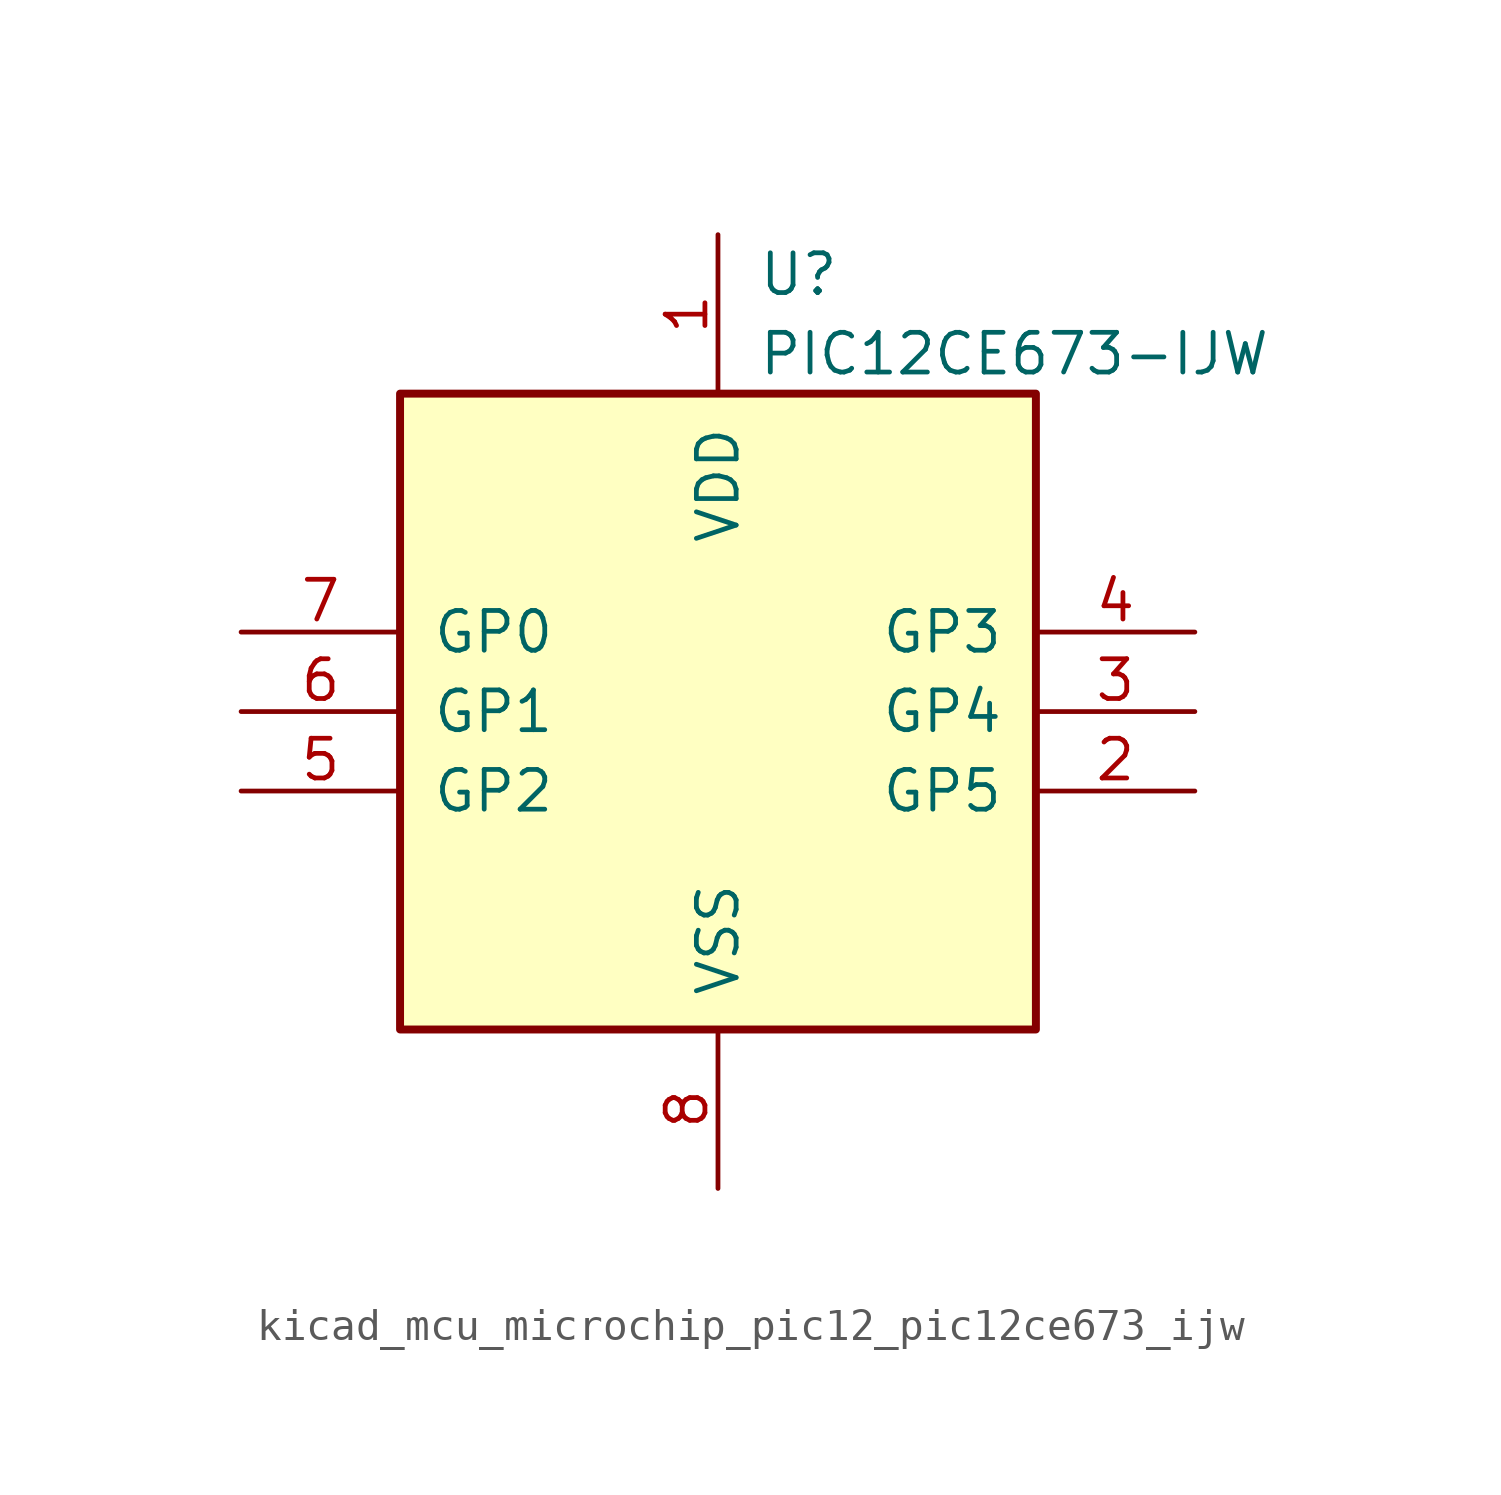
<source format=kicad_sym>
(kicad_symbol_lib
  (version 20220914)
  (generator kicad_symbol_editor)
  (symbol "kicad_mcu_microchip_pic12_pic12ce673_ijw"
    (pin_names
      (offset 1.016))
    (property "Reference" "U"
      (at 1.27 13.97 0)
      (effects (font (size 1.27 1.27)) (justify left)))
    (property "Value" "PIC12CE673-IJW"
      (at 1.27 11.43 0)
      (effects (font (size 1.27 1.27)) (justify left)))
    (symbol "kicad_mcu_microchip_pic12_pic12ce673_ijw_0_1"
      (rectangle (start 10.16 -10.16) (end -10.16 10.16) (stroke (width 0.254) (type default)) (fill (type background))))
    (symbol "kicad_mcu_microchip_pic12_pic12ce673_ijw_1_1"
      (pin power_in line (at 0 15.24 270) (length 5.08) (name "VDD" (effects (font (size 1.27 1.27)))) (number "1" (effects (font (size 1.27 1.27)))))
      (pin bidirectional line (at 15.24 -2.54 180) (length 5.08) (name "GP5" (effects (font (size 1.27 1.27)))) (number "2" (effects (font (size 1.27 1.27)))))
      (pin bidirectional line (at 15.24 0 180) (length 5.08) (name "GP4" (effects (font (size 1.27 1.27)))) (number "3" (effects (font (size 1.27 1.27)))))
      (pin input line (at 15.24 2.54 180) (length 5.08) (name "GP3" (effects (font (size 1.27 1.27)))) (number "4" (effects (font (size 1.27 1.27)))))
      (pin bidirectional line (at -15.24 -2.54 0) (length 5.08) (name "GP2" (effects (font (size 1.27 1.27)))) (number "5" (effects (font (size 1.27 1.27)))))
      (pin bidirectional line (at -15.24 0 0) (length 5.08) (name "GP1" (effects (font (size 1.27 1.27)))) (number "6" (effects (font (size 1.27 1.27)))))
      (pin bidirectional line (at -15.24 2.54 0) (length 5.08) (name "GP0" (effects (font (size 1.27 1.27)))) (number "7" (effects (font (size 1.27 1.27)))))
      (pin power_in line (at 0 -15.24 90) (length 5.08) (name "VSS" (effects (font (size 1.27 1.27)))) (number "8" (effects (font (size 1.27 1.27))))))))
</source>
